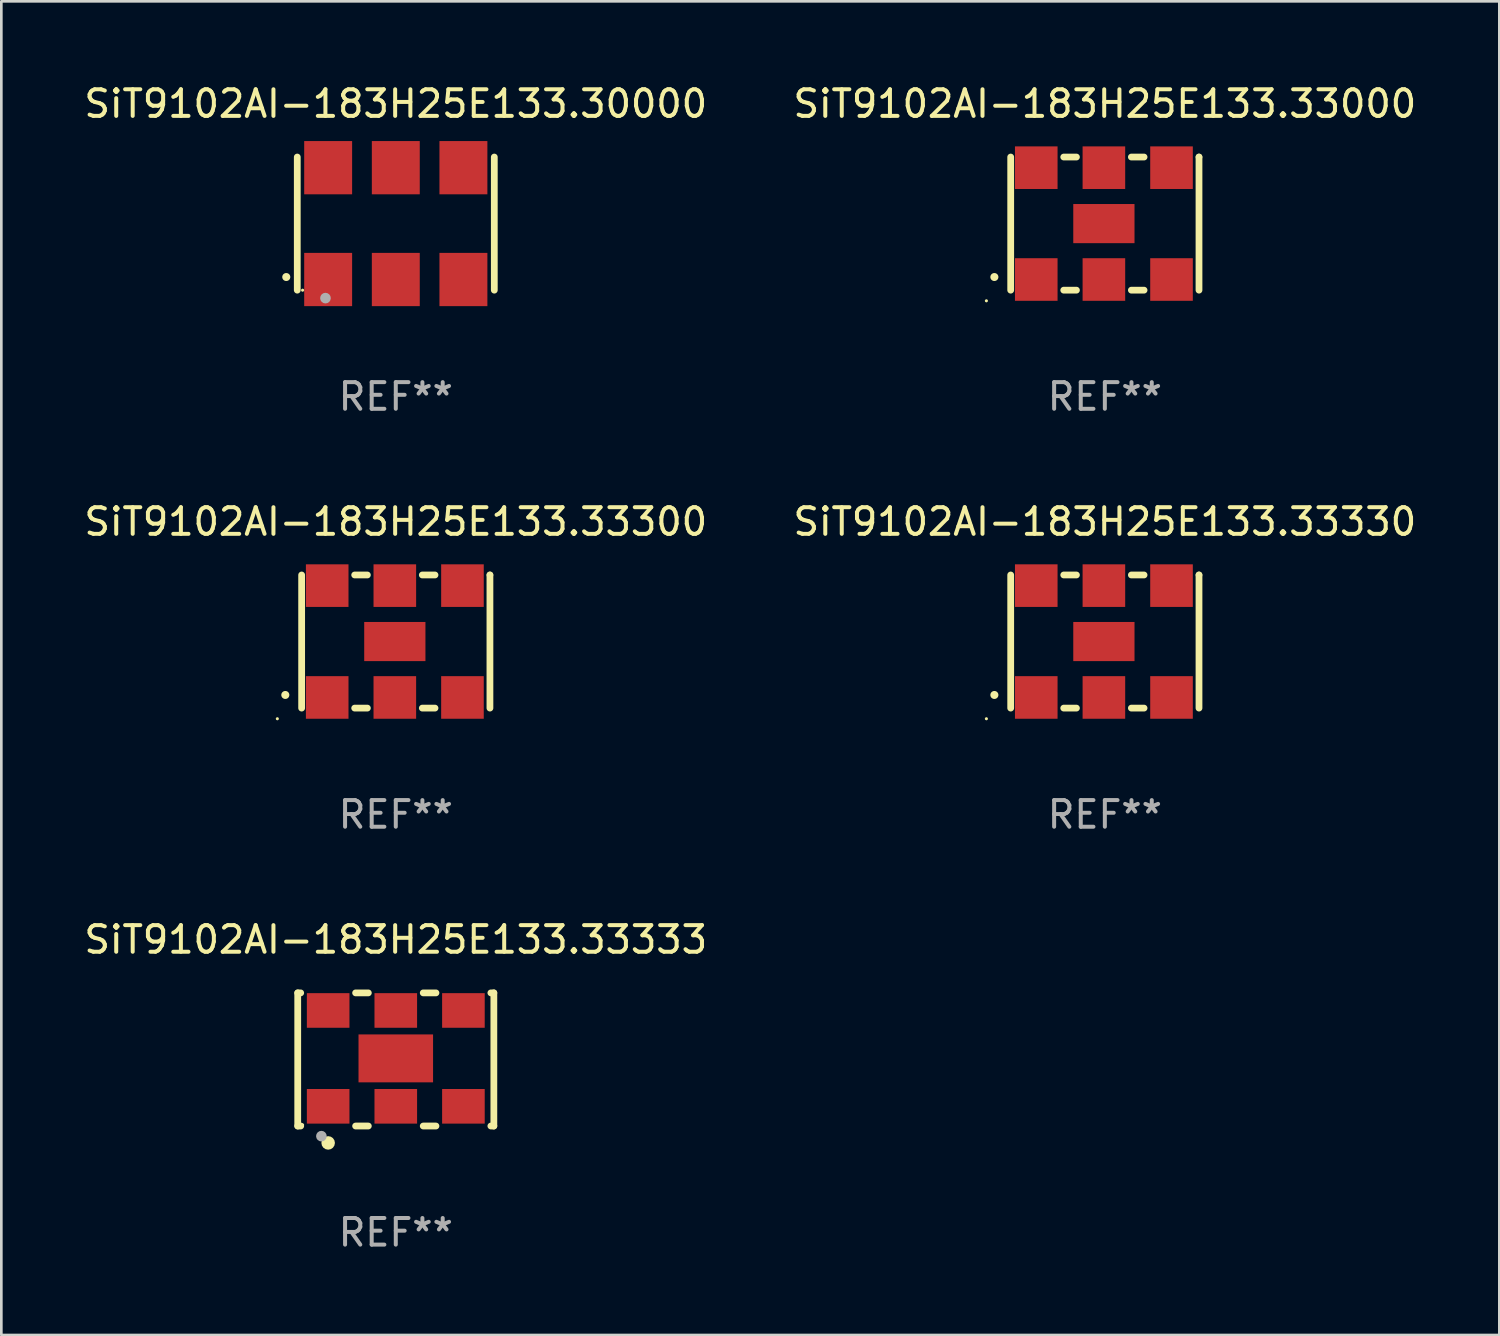
<source format=kicad_pcb>
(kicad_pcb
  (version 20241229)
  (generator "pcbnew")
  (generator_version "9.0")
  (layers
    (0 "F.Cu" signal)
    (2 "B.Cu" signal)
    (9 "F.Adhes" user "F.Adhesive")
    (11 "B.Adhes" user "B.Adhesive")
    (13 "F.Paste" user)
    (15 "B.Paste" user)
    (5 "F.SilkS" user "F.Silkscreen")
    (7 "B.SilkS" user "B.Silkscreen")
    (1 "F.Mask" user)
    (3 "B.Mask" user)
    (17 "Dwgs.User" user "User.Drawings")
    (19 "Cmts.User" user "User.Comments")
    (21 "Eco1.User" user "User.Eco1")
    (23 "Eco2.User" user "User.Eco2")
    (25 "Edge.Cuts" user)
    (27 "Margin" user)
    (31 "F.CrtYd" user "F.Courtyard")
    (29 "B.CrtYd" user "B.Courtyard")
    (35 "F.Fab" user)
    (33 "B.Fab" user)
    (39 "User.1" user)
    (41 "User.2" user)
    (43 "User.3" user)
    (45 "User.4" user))
  (footprint "SiT9102AI-183H25E133.33000"
    (layer "F.Cu")
    (at 38.446 5.348)
    (property "Reference" "SiT9102AI-183H25E133.33000" (at 0 -4.5 0) (layer "F.SilkS") (effects (font (size 1 1) (thickness 0.15))))
    (attr through_hole)
    (fp_line (start -3.536 -2.5) (end -3.536 2.5) (stroke (width 0.254) (type solid)) (layer "F.SilkS"))
    (fp_line (start -1.544 2.5) (end -1.067 2.5) (stroke (width 0.254) (type solid)) (layer "F.SilkS"))
    (fp_line (start -1.067 -2.5) (end -1.544 -2.5) (stroke (width 0.254) (type solid)) (layer "F.SilkS"))
    (fp_line (start 0.996 2.5) (end 1.473 2.5) (stroke (width 0.254) (type solid)) (layer "F.SilkS"))
    (fp_line (start 1.473 -2.5) (end 0.996 -2.5) (stroke (width 0.254) (type solid)) (layer "F.SilkS"))
    (fp_line (start 3.536 -2.5) (end 3.536 -2.5) (stroke (width 0.254) (type solid)) (layer "F.SilkS"))
    (fp_line (start 3.536 2.5) (end 3.536 -2.5) (stroke (width 0.254) (type solid)) (layer "F.SilkS"))
    (fp_arc (start -4.150432 2.006604) (mid -4.149162 2.006599) (end -4.147892 2.006604) (stroke (width 0.3) (type solid)) (layer "F.SilkS"))
    (fp_circle (center -4.449 2.9) (end -4.419 2.9) (stroke (width 0.06) (type solid)) (fill no) (layer "F.SilkS"))
    (fp_text user "REF**" (at 0 6.5 0) (layer "F.Fab") (effects (font (size 1 1) (thickness 0.15))))
    (pad "1" smd rect (at -2.576 2.1) (size 1.6 1.6) (layers "F.Cu" "F.Mask" "F.Paste"))
    (pad "2" smd rect (at -0.036 2.1) (size 1.6 1.6) (layers "F.Cu" "F.Mask" "F.Paste"))
    (pad "3" smd rect (at 2.504 2.1) (size 1.6 1.6) (layers "F.Cu" "F.Mask" "F.Paste"))
    (pad "4" smd rect (at 2.504 -2.1) (size 1.6 1.6) (layers "F.Cu" "F.Mask" "F.Paste"))
    (pad "5" smd rect (at -0.036 -2.1) (size 1.6 1.6) (layers "F.Cu" "F.Mask" "F.Paste"))
    (pad "6" smd rect (at -2.576 -2.1) (size 1.6 1.6) (layers "F.Cu" "F.Mask" "F.Paste"))
    (pad "7" smd rect (at -0.036 0) (size 2.3 1.47) (layers "F.Cu" "F.Mask" "F.Paste")))
  (footprint "SiT9102AI-183H25E133.33333"
    (layer "F.Cu")
    (at 11.815 36.741)
    (property "Reference" "SiT9102AI-183H25E133.33333" (at 0 -4.5 0) (layer "F.SilkS") (effects (font (size 1 1) (thickness 0.15))))
    (attr through_hole)
    (fp_line (start -3.683 -2.5) (end -3.571 -2.5) (stroke (width 0.254) (type solid)) (layer "F.SilkS"))
    (fp_line (start -3.683 2.5) (end -3.683 -2.5) (stroke (width 0.254) (type solid)) (layer "F.SilkS"))
    (fp_line (start -3.683 2.5) (end -3.571 2.5) (stroke (width 0.254) (type solid)) (layer "F.SilkS"))
    (fp_line (start -1.509 -2.5) (end -1.031 -2.5) (stroke (width 0.254) (type solid)) (layer "F.SilkS"))
    (fp_line (start -1.509 2.5) (end -1.031 2.5) (stroke (width 0.254) (type solid)) (layer "F.SilkS"))
    (fp_line (start 1.031 -2.5) (end 1.509 -2.5) (stroke (width 0.254) (type solid)) (layer "F.SilkS"))
    (fp_line (start 1.031 2.5) (end 1.509 2.5) (stroke (width 0.254) (type solid)) (layer "F.SilkS"))
    (fp_line (start 3.571 -2.5) (end 3.683 -2.5) (stroke (width 0.254) (type solid)) (layer "F.SilkS"))
    (fp_line (start 3.571 2.5) (end 3.683 2.5) (stroke (width 0.254) (type solid)) (layer "F.SilkS"))
    (fp_line (start 3.683 2.5) (end 3.683 -2.5) (stroke (width 0.254) (type solid)) (layer "F.SilkS"))
    (fp_circle (center -3.5 2.46) (end -3.47 2.46) (stroke (width 0.06) (type solid)) (fill no) (layer "F.SilkS"))
    (fp_circle (center -2.54 3.135) (end -2.413 3.135) (stroke (width 0.254) (type solid)) (fill no) (layer "F.SilkS"))
    (fp_circle (center -2.794 2.881) (end -2.694 2.881) (stroke (width 0.2) (type solid)) (fill no) (layer "F.Fab"))
    (fp_text user "REF**" (at 0 6.5 0) (layer "F.Fab") (effects (font (size 1 1) (thickness 0.15))))
    (pad "1" smd rect (at -2.54 1.76) (size 1.6 1.3) (layers "F.Cu" "F.Mask" "F.Paste"))
    (pad "2" smd rect (at 0 1.76) (size 1.6 1.3) (layers "F.Cu" "F.Mask" "F.Paste"))
    (pad "3" smd rect (at 2.54 1.76) (size 1.6 1.3) (layers "F.Cu" "F.Mask" "F.Paste"))
    (pad "4" smd rect (at 2.54 -1.84) (size 1.6 1.3) (layers "F.Cu" "F.Mask" "F.Paste"))
    (pad "5" smd rect (at 0 -1.84) (size 1.6 1.3) (layers "F.Cu" "F.Mask" "F.Paste"))
    (pad "6" smd rect (at -2.54 -1.84) (size 1.6 1.3) (layers "F.Cu" "F.Mask" "F.Paste"))
    (pad "7" smd rect (at 0 -0.04) (size 2.8 1.8) (layers "F.Cu" "F.Mask" "F.Paste")))
  (footprint "SiT9102AI-183H25E133.33330"
    (layer "F.Cu")
    (at 38.446 21.045)
    (property "Reference" "SiT9102AI-183H25E133.33330" (at 0 -4.5 0) (layer "F.SilkS") (effects (font (size 1 1) (thickness 0.15))))
    (attr through_hole)
    (fp_line (start -3.536 -2.5) (end -3.536 2.5) (stroke (width 0.254) (type solid)) (layer "F.SilkS"))
    (fp_line (start -1.544 2.5) (end -1.067 2.5) (stroke (width 0.254) (type solid)) (layer "F.SilkS"))
    (fp_line (start -1.067 -2.5) (end -1.544 -2.5) (stroke (width 0.254) (type solid)) (layer "F.SilkS"))
    (fp_line (start 0.996 2.5) (end 1.473 2.5) (stroke (width 0.254) (type solid)) (layer "F.SilkS"))
    (fp_line (start 1.473 -2.5) (end 0.996 -2.5) (stroke (width 0.254) (type solid)) (layer "F.SilkS"))
    (fp_line (start 3.536 -2.5) (end 3.536 -2.5) (stroke (width 0.254) (type solid)) (layer "F.SilkS"))
    (fp_line (start 3.536 2.5) (end 3.536 -2.5) (stroke (width 0.254) (type solid)) (layer "F.SilkS"))
    (fp_arc (start -4.150432 2.006604) (mid -4.149162 2.006599) (end -4.147892 2.006604) (stroke (width 0.3) (type solid)) (layer "F.SilkS"))
    (fp_circle (center -4.449 2.9) (end -4.419 2.9) (stroke (width 0.06) (type solid)) (fill no) (layer "F.SilkS"))
    (fp_text user "REF**" (at 0 6.5 0) (layer "F.Fab") (effects (font (size 1 1) (thickness 0.15))))
    (pad "1" smd rect (at -2.576 2.1) (size 1.6 1.6) (layers "F.Cu" "F.Mask" "F.Paste"))
    (pad "2" smd rect (at -0.036 2.1) (size 1.6 1.6) (layers "F.Cu" "F.Mask" "F.Paste"))
    (pad "3" smd rect (at 2.504 2.1) (size 1.6 1.6) (layers "F.Cu" "F.Mask" "F.Paste"))
    (pad "4" smd rect (at 2.504 -2.1) (size 1.6 1.6) (layers "F.Cu" "F.Mask" "F.Paste"))
    (pad "5" smd rect (at -0.036 -2.1) (size 1.6 1.6) (layers "F.Cu" "F.Mask" "F.Paste"))
    (pad "6" smd rect (at -2.576 -2.1) (size 1.6 1.6) (layers "F.Cu" "F.Mask" "F.Paste"))
    (pad "7" smd rect (at -0.036 0) (size 2.3 1.47) (layers "F.Cu" "F.Mask" "F.Paste")))
  (footprint "SiT9102AI-183H25E133.30000"
    (layer "F.Cu")
    (at 11.815 5.348)
    (property "Reference" "SiT9102AI-183H25E133.30000" (at 0 -4.5 0) (layer "F.SilkS") (effects (font (size 1 1) (thickness 0.15))))
    (attr through_hole)
    (fp_line (start -3.7 -2.5) (end -3.7 2.5) (stroke (width 0.254) (type solid)) (layer "F.SilkS"))
    (fp_line (start 3.7 -2.5) (end 3.7 2.5) (stroke (width 0.254) (type solid)) (layer "F.SilkS"))
    (fp_arc (start -4.114415 2.006604) (mid -4.113145 2.006599) (end -4.111875 2.006604) (stroke (width 0.3) (type solid)) (layer "F.SilkS"))
    (fp_circle (center -3.5 2.501) (end -3.47 2.501) (stroke (width 0.06) (type solid)) (fill no) (layer "F.SilkS"))
    (fp_circle (center -2.641 2.799) (end -2.541 2.799) (stroke (width 0.2) (type solid)) (fill no) (layer "F.Fab"))
    (fp_text user "REF**" (at 0 6.5 0) (layer "F.Fab") (effects (font (size 1 1) (thickness 0.15))))
    (pad "1" smd rect (at -2.54 2.1) (size 1.8 2) (layers "F.Cu" "F.Mask" "F.Paste"))
    (pad "2" smd rect (at 0.000394 2.1) (size 1.8 2) (layers "F.Cu" "F.Mask" "F.Paste"))
    (pad "3" smd rect (at 2.54 2.1) (size 1.8 2) (layers "F.Cu" "F.Mask" "F.Paste"))
    (pad "4" smd rect (at 2.54 -2.1) (size 1.8 2) (layers "F.Cu" "F.Mask" "F.Paste"))
    (pad "5" smd rect (at 0.000394 -2.1) (size 1.8 2) (layers "F.Cu" "F.Mask" "F.Paste"))
    (pad "6" smd rect (at -2.54 -2.1) (size 1.8 2) (layers "F.Cu" "F.Mask" "F.Paste")))
  (footprint "SiT9102AI-183H25E133.33300"
    (layer "F.Cu")
    (at 11.815 21.045)
    (property "Reference" "SiT9102AI-183H25E133.33300" (at 0 -4.5 0) (layer "F.SilkS") (effects (font (size 1 1) (thickness 0.15))))
    (attr through_hole)
    (fp_line (start -3.536 -2.5) (end -3.536 2.5) (stroke (width 0.254) (type solid)) (layer "F.SilkS"))
    (fp_line (start -1.544 2.5) (end -1.067 2.5) (stroke (width 0.254) (type solid)) (layer "F.SilkS"))
    (fp_line (start -1.067 -2.5) (end -1.544 -2.5) (stroke (width 0.254) (type solid)) (layer "F.SilkS"))
    (fp_line (start 0.996 2.5) (end 1.473 2.5) (stroke (width 0.254) (type solid)) (layer "F.SilkS"))
    (fp_line (start 1.473 -2.5) (end 0.996 -2.5) (stroke (width 0.254) (type solid)) (layer "F.SilkS"))
    (fp_line (start 3.536 -2.5) (end 3.536 -2.5) (stroke (width 0.254) (type solid)) (layer "F.SilkS"))
    (fp_line (start 3.536 2.5) (end 3.536 -2.5) (stroke (width 0.254) (type solid)) (layer "F.SilkS"))
    (fp_arc (start -4.150432 2.006604) (mid -4.149162 2.006599) (end -4.147892 2.006604) (stroke (width 0.3) (type solid)) (layer "F.SilkS"))
    (fp_circle (center -4.449 2.9) (end -4.419 2.9) (stroke (width 0.06) (type solid)) (fill no) (layer "F.SilkS"))
    (fp_text user "REF**" (at 0 6.5 0) (layer "F.Fab") (effects (font (size 1 1) (thickness 0.15))))
    (pad "1" smd rect (at -2.576 2.1) (size 1.6 1.6) (layers "F.Cu" "F.Mask" "F.Paste"))
    (pad "2" smd rect (at -0.036 2.1) (size 1.6 1.6) (layers "F.Cu" "F.Mask" "F.Paste"))
    (pad "3" smd rect (at 2.504 2.1) (size 1.6 1.6) (layers "F.Cu" "F.Mask" "F.Paste"))
    (pad "4" smd rect (at 2.504 -2.1) (size 1.6 1.6) (layers "F.Cu" "F.Mask" "F.Paste"))
    (pad "5" smd rect (at -0.036 -2.1) (size 1.6 1.6) (layers "F.Cu" "F.Mask" "F.Paste"))
    (pad "6" smd rect (at -2.576 -2.1) (size 1.6 1.6) (layers "F.Cu" "F.Mask" "F.Paste"))
    (pad "7" smd rect (at -0.036 0) (size 2.3 1.47) (layers "F.Cu" "F.Mask" "F.Paste")))
  (gr_rect
    (start -3 -3)
    (end 53.262 47.09)
    (stroke (width 0.1) (type default))
    (fill no)
    (layer "Edge.Cuts")))
</source>
